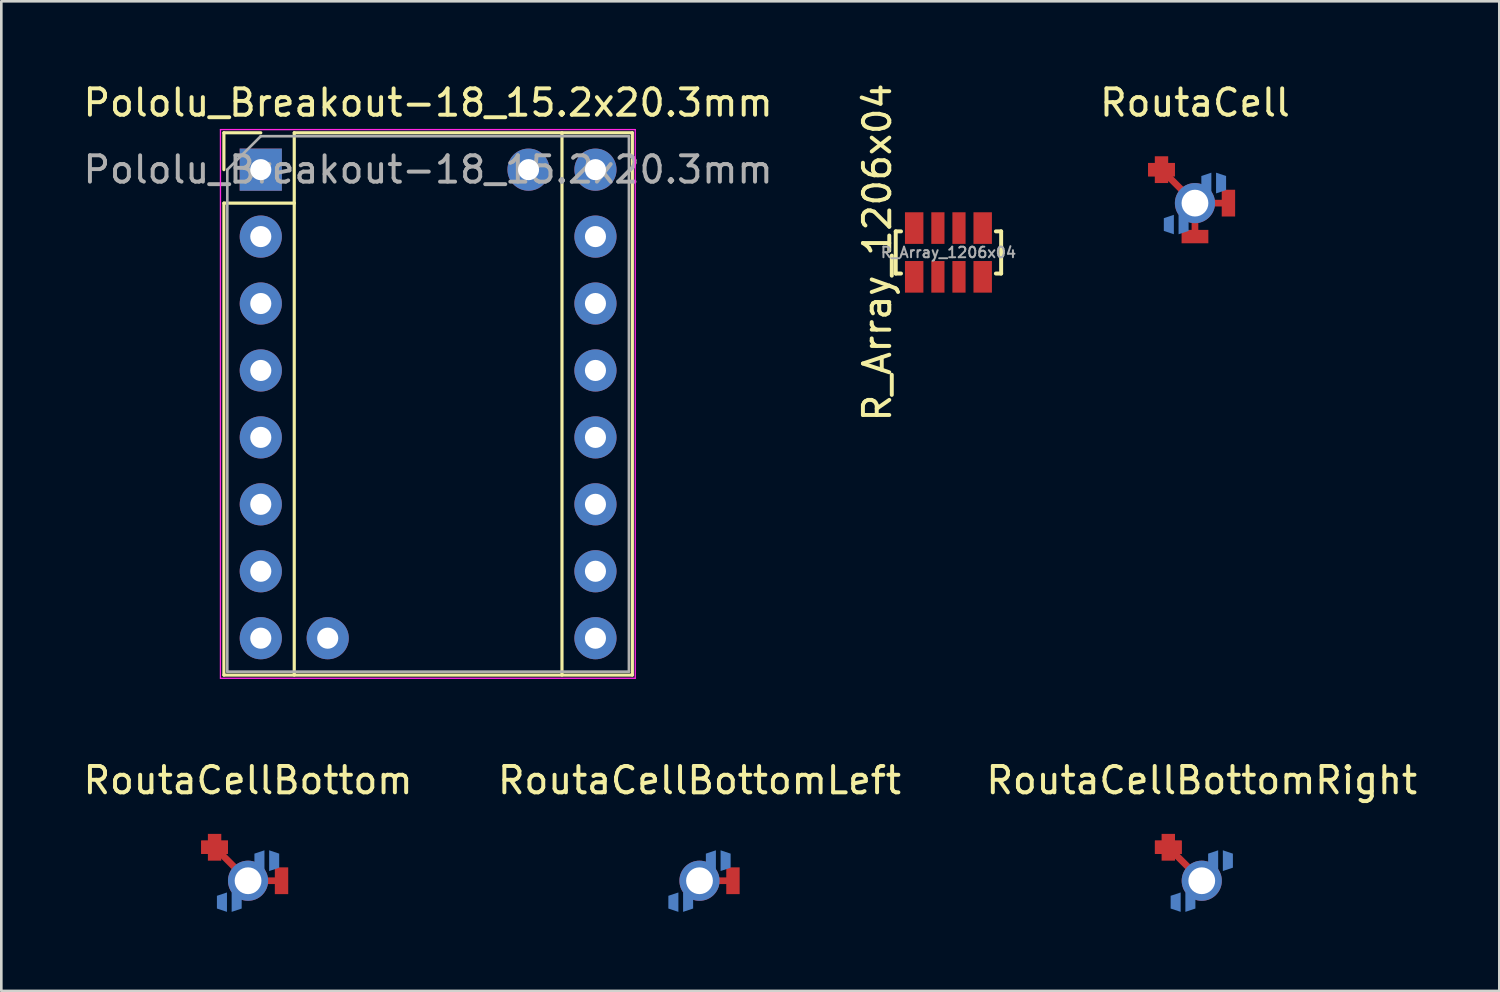
<source format=kicad_pcb>
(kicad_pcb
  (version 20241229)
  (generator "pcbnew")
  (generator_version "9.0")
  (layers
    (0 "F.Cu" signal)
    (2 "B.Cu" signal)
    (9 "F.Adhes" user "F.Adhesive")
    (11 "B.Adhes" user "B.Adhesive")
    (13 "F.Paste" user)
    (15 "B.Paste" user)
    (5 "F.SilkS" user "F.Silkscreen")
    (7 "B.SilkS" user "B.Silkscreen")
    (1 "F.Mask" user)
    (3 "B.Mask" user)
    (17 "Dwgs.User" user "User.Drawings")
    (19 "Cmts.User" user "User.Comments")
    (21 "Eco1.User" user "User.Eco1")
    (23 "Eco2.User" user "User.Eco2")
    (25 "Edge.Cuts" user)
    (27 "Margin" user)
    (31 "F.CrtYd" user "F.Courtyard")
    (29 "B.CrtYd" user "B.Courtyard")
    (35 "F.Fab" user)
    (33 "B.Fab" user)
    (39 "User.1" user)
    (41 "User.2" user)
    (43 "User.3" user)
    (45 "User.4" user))
  (footprint "R_Array_1206x04"
    (layer "F.Cu")
    (at 32.941 6.53)
    (property "Reference" "R_Array_1206x04" (at -2.7 0 90) (layer "F.SilkS") (effects (font (size 1 1) (thickness 0.15))))
    (attr smd)
    (fp_line (start -2 -0.8) (end -2 0.8) (stroke (width 0.15) (type solid)) (layer "F.SilkS"))
    (fp_line (start -2 0.8) (end -1.8 0.8) (stroke (width 0.15) (type solid)) (layer "F.SilkS"))
    (fp_line (start -1.8 -0.8) (end -2 -0.8) (stroke (width 0.15) (type solid)) (layer "F.SilkS"))
    (fp_line (start 1.8 -0.8) (end 2 -0.8) (stroke (width 0.15) (type solid)) (layer "F.SilkS"))
    (fp_line (start 2 -0.8) (end 2 0.8) (stroke (width 0.15) (type solid)) (layer "F.SilkS"))
    (fp_line (start 2 0.8) (end 1.8 0.8) (stroke (width 0.15) (type solid)) (layer "F.SilkS"))
    (fp_text user "${REFERENCE}" (at 0 0 180) (layer "F.Fab") (effects (font (size 0.4 0.4) (thickness 0.075))))
    (pad "1" smd rect (at -1.2 0.625) (size 0.7 1.2) (drill (offset -0.1 0.3)) (layers "F.Cu" "F.Mask" "F.Paste"))
    (pad "2" smd rect (at -0.4 0.625) (size 0.5 1.2) (drill (offset 0 0.3)) (layers "F.Cu" "F.Mask" "F.Paste"))
    (pad "3" smd rect (at 0.4 0.625) (size 0.5 1.2) (drill (offset 0 0.3)) (layers "F.Cu" "F.Mask" "F.Paste"))
    (pad "4" smd rect (at 1.2 0.625) (size 0.7 1.2) (drill (offset 0.1 0.3)) (layers "F.Cu" "F.Mask" "F.Paste"))
    (pad "5" smd rect (at 1.2 -0.625 180) (size 0.7 1.2) (drill (offset -0.1 0.3)) (layers "F.Cu" "F.Mask" "F.Paste"))
    (pad "6" smd rect (at 0.4 -0.625 180) (size 0.5 1.2) (drill (offset 0 0.3)) (layers "F.Cu" "F.Mask" "F.Paste"))
    (pad "7" smd rect (at -0.4 -0.625 180) (size 0.5 1.2) (drill (offset 0 0.3)) (layers "F.Cu" "F.Mask" "F.Paste"))
    (pad "8" smd rect (at -1.2 -0.625 180) (size 0.7 1.2) (drill (offset 0.1 0.3)) (layers "F.Cu" "F.Mask" "F.Paste")))
  (footprint "Pololu_Breakout-18_15.2x20.3mm"
    (layer "F.Cu")
    (at 6.846 3.388)
    (property "Reference" "Pololu_Breakout-18_15.2x20.3mm" (at 6.35 -2.54 0) (layer "F.SilkS") (effects (font (size 1 1) (thickness 0.15))))
    (attr through_hole)
    (fp_line (start -1.4 -1.4) (end -1.4 0) (stroke (width 0.12) (type solid)) (layer "F.SilkS"))
    (fp_line (start -1.4 1.27) (end -1.4 19.18) (stroke (width 0.12) (type solid)) (layer "F.SilkS"))
    (fp_line (start -1.4 19.18) (end 14.1 19.18) (stroke (width 0.12) (type solid)) (layer "F.SilkS"))
    (fp_line (start 0 -1.4) (end -1.4 -1.4) (stroke (width 0.12) (type solid)) (layer "F.SilkS"))
    (fp_line (start 1.27 -1.4) (end 1.27 1.27) (stroke (width 0.12) (type solid)) (layer "F.SilkS"))
    (fp_line (start 1.27 1.27) (end -1.4 1.27) (stroke (width 0.12) (type solid)) (layer "F.SilkS"))
    (fp_line (start 1.27 1.27) (end 1.27 19.18) (stroke (width 0.12) (type solid)) (layer "F.SilkS"))
    (fp_line (start 11.43 -1.4) (end 11.43 19.18) (stroke (width 0.12) (type solid)) (layer "F.SilkS"))
    (fp_line (start 14.1 -1.4) (end 1.27 -1.4) (stroke (width 0.12) (type solid)) (layer "F.SilkS"))
    (fp_line (start 14.1 19.18) (end 14.1 -1.4) (stroke (width 0.12) (type solid)) (layer "F.SilkS"))
    (fp_line (start -1.53 -1.52) (end -1.53 19.3) (stroke (width 0.05) (type solid)) (layer "F.CrtYd"))
    (fp_line (start -1.53 -1.52) (end 14.21 -1.52) (stroke (width 0.05) (type solid)) (layer "F.CrtYd"))
    (fp_line (start 14.21 19.3) (end -1.53 19.3) (stroke (width 0.05) (type solid)) (layer "F.CrtYd"))
    (fp_line (start 14.21 19.3) (end 14.21 -1.52) (stroke (width 0.05) (type solid)) (layer "F.CrtYd"))
    (fp_line (start -1.27 0) (end 0 -1.27) (stroke (width 0.1) (type solid)) (layer "F.Fab"))
    (fp_line (start -1.27 19.05) (end -1.27 0) (stroke (width 0.1) (type solid)) (layer "F.Fab"))
    (fp_line (start 0 -1.27) (end 13.97 -1.27) (stroke (width 0.1) (type solid)) (layer "F.Fab"))
    (fp_line (start 13.97 -1.27) (end 13.97 19.05) (stroke (width 0.1) (type solid)) (layer "F.Fab"))
    (fp_line (start 13.97 19.05) (end -1.27 19.05) (stroke (width 0.1) (type solid)) (layer "F.Fab"))
    (fp_text user "${REFERENCE}" (at 6.35 0 0) (layer "F.Fab") (effects (font (size 1 1) (thickness 0.15))))
    (pad "1" thru_hole rect (at 0 0) (size 1.6 1.6) (drill 0.8) (layers "*.Cu" "*.Mask"))
    (pad "2" thru_hole oval (at 0 2.54) (size 1.6 1.6) (drill 0.8) (layers "*.Cu" "*.Mask"))
    (pad "3" thru_hole oval (at 0 5.08) (size 1.6 1.6) (drill 0.8) (layers "*.Cu" "*.Mask"))
    (pad "4" thru_hole oval (at 0 7.62) (size 1.6 1.6) (drill 0.8) (layers "*.Cu" "*.Mask"))
    (pad "5" thru_hole oval (at 0 10.16) (size 1.6 1.6) (drill 0.8) (layers "*.Cu" "*.Mask"))
    (pad "6" thru_hole oval (at 0 12.7) (size 1.6 1.6) (drill 0.8) (layers "*.Cu" "*.Mask"))
    (pad "7" thru_hole oval (at 0 15.24) (size 1.6 1.6) (drill 0.8) (layers "*.Cu" "*.Mask"))
    (pad "8" thru_hole oval (at 0 17.78) (size 1.6 1.6) (drill 0.8) (layers "*.Cu" "*.Mask"))
    (pad "9" thru_hole oval (at 12.7 17.78) (size 1.6 1.6) (drill 0.8) (layers "*.Cu" "*.Mask"))
    (pad "10" thru_hole oval (at 12.7 15.24) (size 1.6 1.6) (drill 0.8) (layers "*.Cu" "*.Mask"))
    (pad "11" thru_hole oval (at 12.7 12.7) (size 1.6 1.6) (drill 0.8) (layers "*.Cu" "*.Mask"))
    (pad "12" thru_hole oval (at 12.7 10.16) (size 1.6 1.6) (drill 0.8) (layers "*.Cu" "*.Mask"))
    (pad "13" thru_hole oval (at 12.7 7.62) (size 1.6 1.6) (drill 0.8) (layers "*.Cu" "*.Mask"))
    (pad "14" thru_hole oval (at 12.7 5.08) (size 1.6 1.6) (drill 0.8) (layers "*.Cu" "*.Mask"))
    (pad "15" thru_hole oval (at 12.7 2.54) (size 1.6 1.6) (drill 0.8) (layers "*.Cu" "*.Mask"))
    (pad "16" thru_hole oval (at 12.7 0) (size 1.6 1.6) (drill 0.8) (layers "*.Cu" "*.Mask"))
    (pad "17" thru_hole oval (at 2.54 17.78) (size 1.6 1.6) (drill 0.8) (layers "*.Cu" "*.Mask"))
    (pad "18" thru_hole oval (at 10.16 0) (size 1.6 1.6) (drill 0.8) (layers "*.Cu" "*.Mask")))
  (footprint "RoutaCellBottomLeft"
    (layer "F.Cu")
    (at 23.494 30.372)
    (property "Reference" "RoutaCellBottomLeft" (at 0 -3.81 0) (layer "F.SilkS") (effects (font (size 1 1) (thickness 0.15))))
    (attr through_hole)
    (fp_line (start 0 0) (end 1.27 0) (stroke (width 0.254) (type solid)) (layer "F.Cu"))
    (pad "" smd trapezoid (at -0.432 0.813 270) (size 0.61 0.381) (rect_delta 0 0.127) (layers "B.Cu" "B.Mask" "B.Paste"))
    (pad "" thru_hole circle (at 0 0) (size 1.524 1.524) (drill 1.016) (layers "*.Cu" "*.Mask"))
    (pad "" smd trapezoid (at 0.432 -0.762 90) (size 0.66 0.381) (rect_delta 0 0.127) (layers "B.Cu" "B.Mask" "B.Paste"))
    (pad "" smd rect (at 1.27 0 90) (size 1.016 0.508) (layers "F.Cu" "F.Mask" "F.Paste"))
    (pad "D" smd trapezoid (at -0.991 0.813 90) (size 0.61 0.381) (rect_delta 0 0.127) (layers "B.Cu" "B.Mask" "B.Paste"))
    (pad "U" smd trapezoid (at 0.991 -0.762 270) (size 0.66 0.381) (rect_delta 0 0.127) (layers "B.Cu" "B.Mask" "B.Paste")))
  (footprint "RoutaCell"
    (layer "F.Cu")
    (at 42.296 4.658)
    (property "Reference" "RoutaCell" (at 0 -3.81 0) (layer "F.SilkS") (effects (font (size 1 1) (thickness 0.15))))
    (attr through_hole)
    (fp_line (start 0 0) (end -1.27 -1.27) (stroke (width 0.254) (type solid)) (layer "F.Cu"))
    (fp_line (start 0 0) (end 0 1.27) (stroke (width 0.254) (type solid)) (layer "F.Cu"))
    (fp_line (start 0 0) (end 1.27 0) (stroke (width 0.254) (type solid)) (layer "F.Cu"))
    (pad "" smd rect (at -1.27 -1.27) (size 1.016 0.508) (layers "F.Cu" "F.Mask" "F.Paste"))
    (pad "" smd rect (at -1.27 -1.27) (size 1.016 0.508) (layers "F.Cu" "F.Mask" "F.Paste"))
    (pad "" smd rect (at -1.27 -1.27 90) (size 1.016 0.508) (layers "F.Cu" "F.Mask" "F.Paste"))
    (pad "" smd trapezoid (at -0.432 0.813 270) (size 0.61 0.381) (rect_delta 0 0.127) (layers "B.Cu" "B.Mask" "B.Paste"))
    (pad "" thru_hole circle (at 0 0) (size 1.524 1.524) (drill 1.016) (layers "*.Cu" "*.Mask"))
    (pad "" smd rect (at 0 1.27) (size 1.016 0.508) (layers "F.Cu" "F.Mask" "F.Paste"))
    (pad "" smd trapezoid (at 0.432 -0.762 90) (size 0.66 0.381) (rect_delta 0 0.127) (layers "B.Cu" "B.Mask" "B.Paste"))
    (pad "" smd rect (at 1.27 0 90) (size 1.016 0.508) (layers "F.Cu" "F.Mask" "F.Paste"))
    (pad "D" smd trapezoid (at -0.991 0.813 90) (size 0.61 0.381) (rect_delta 0 0.127) (layers "B.Cu" "B.Mask" "B.Paste"))
    (pad "U" smd trapezoid (at 0.991 -0.762 270) (size 0.66 0.381) (rect_delta 0 0.127) (layers "B.Cu" "B.Mask" "B.Paste")))
  (footprint "RoutaCellBottom"
    (layer "F.Cu")
    (at 6.363 30.372)
    (property "Reference" "RoutaCellBottom" (at 0 -3.81 0) (layer "F.SilkS") (effects (font (size 1 1) (thickness 0.15))))
    (attr through_hole)
    (fp_line (start 0 0) (end -1.27 -1.27) (stroke (width 0.254) (type solid)) (layer "F.Cu"))
    (fp_line (start 0 0) (end 1.27 0) (stroke (width 0.254) (type solid)) (layer "F.Cu"))
    (pad "" smd rect (at -1.27 -1.27) (size 1.016 0.508) (layers "F.Cu" "F.Mask" "F.Paste"))
    (pad "" smd rect (at -1.27 -1.27) (size 1.016 0.508) (layers "F.Cu" "F.Mask" "F.Paste"))
    (pad "" smd rect (at -1.27 -1.27 90) (size 1.016 0.508) (layers "F.Cu" "F.Mask" "F.Paste"))
    (pad "" smd trapezoid (at -0.432 0.813 270) (size 0.61 0.381) (rect_delta 0 0.127) (layers "B.Cu" "B.Mask" "B.Paste"))
    (pad "" thru_hole circle (at 0 0) (size 1.524 1.524) (drill 1.016) (layers "*.Cu" "*.Mask"))
    (pad "" smd trapezoid (at 0.432 -0.762 90) (size 0.66 0.381) (rect_delta 0 0.127) (layers "B.Cu" "B.Mask" "B.Paste"))
    (pad "" smd rect (at 1.27 0 90) (size 1.016 0.508) (layers "F.Cu" "F.Mask" "F.Paste"))
    (pad "D" smd trapezoid (at -0.991 0.813 90) (size 0.61 0.381) (rect_delta 0 0.127) (layers "B.Cu" "B.Mask" "B.Paste"))
    (pad "U" smd trapezoid (at 0.991 -0.762 270) (size 0.66 0.381) (rect_delta 0 0.127) (layers "B.Cu" "B.Mask" "B.Paste")))
  (footprint "RoutaCellBottomRight"
    (layer "F.Cu")
    (at 42.554 30.372)
    (property "Reference" "RoutaCellBottomRight" (at 0 -3.81 0) (layer "F.SilkS") (effects (font (size 1 1) (thickness 0.15))))
    (attr through_hole)
    (fp_line (start 0 0) (end -1.27 -1.27) (stroke (width 0.254) (type solid)) (layer "F.Cu"))
    (pad "" smd rect (at -1.27 -1.27) (size 1.016 0.508) (layers "F.Cu" "F.Mask" "F.Paste"))
    (pad "" smd rect (at -1.27 -1.27 90) (size 1.016 0.508) (layers "F.Cu" "F.Mask" "F.Paste"))
    (pad "" smd rect (at -1.27 -1.27) (size 1.016 0.508) (layers "F.Cu" "F.Mask" "F.Paste"))
    (pad "" smd trapezoid (at -0.432 0.813 270) (size 0.61 0.381) (rect_delta 0 0.127) (layers "B.Cu" "B.Mask" "B.Paste"))
    (pad "" thru_hole circle (at 0 0) (size 1.524 1.524) (drill 1.016) (layers "*.Cu" "*.Mask"))
    (pad "" smd trapezoid (at 0.432 -0.762 90) (size 0.66 0.381) (rect_delta 0 0.127) (layers "B.Cu" "B.Mask" "B.Paste"))
    (pad "D" smd trapezoid (at -0.991 0.813 90) (size 0.61 0.381) (rect_delta 0 0.127) (layers "B.Cu" "B.Mask" "B.Paste"))
    (pad "U" smd trapezoid (at 0.991 -0.762 270) (size 0.66 0.381) (rect_delta 0 0.127) (layers "B.Cu" "B.Mask" "B.Paste")))
  (gr_rect
    (start -3 -3)
    (end 53.845 34.553)
    (stroke (width 0.1) (type default))
    (fill no)
    (layer "Edge.Cuts")))
</source>
